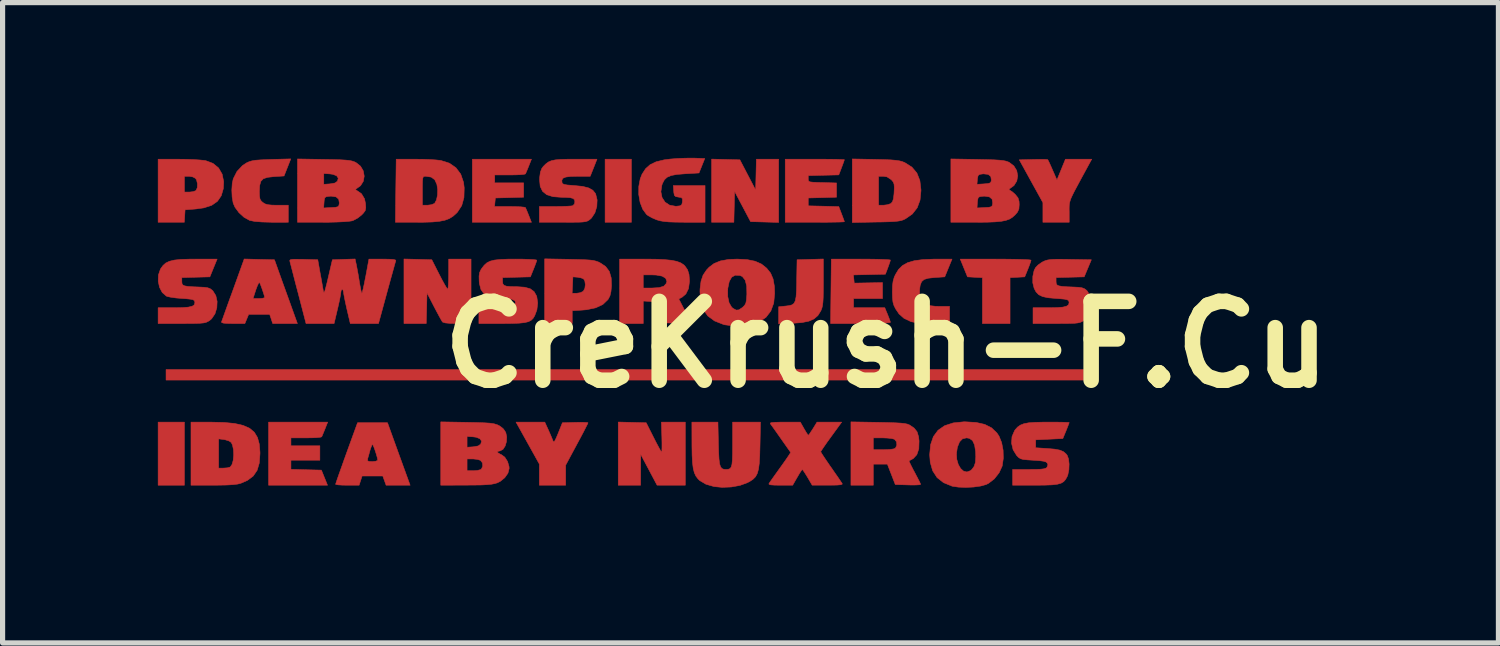
<source format=kicad_pcb>
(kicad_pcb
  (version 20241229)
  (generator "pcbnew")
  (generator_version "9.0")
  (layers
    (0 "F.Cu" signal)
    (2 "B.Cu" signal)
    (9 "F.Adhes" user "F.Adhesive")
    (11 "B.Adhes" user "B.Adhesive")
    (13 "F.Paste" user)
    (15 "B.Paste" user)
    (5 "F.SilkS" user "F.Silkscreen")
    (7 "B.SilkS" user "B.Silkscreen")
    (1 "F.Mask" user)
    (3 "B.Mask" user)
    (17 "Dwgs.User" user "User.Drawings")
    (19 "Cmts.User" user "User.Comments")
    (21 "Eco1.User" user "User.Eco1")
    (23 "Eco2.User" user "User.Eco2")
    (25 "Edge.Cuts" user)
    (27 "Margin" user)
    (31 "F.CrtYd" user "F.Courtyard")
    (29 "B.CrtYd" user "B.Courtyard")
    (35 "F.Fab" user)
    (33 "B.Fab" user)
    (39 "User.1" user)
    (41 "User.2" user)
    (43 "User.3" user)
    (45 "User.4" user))
  (footprint "CreKrush-F.Cu"
    (layer "F.Cu")
    (at 14.077 3.607)
    (property "Reference" "CreKrush-F.Cu" (at 0 0 0) (layer "F.SilkS") (effects (font (size 1.524 1.524) (thickness 0.3))))
    (attr through_hole)
    (fp_poly (pts (xy -13.564 2.718) (xy -14.072 2.718) (xy -14.072 1.499) (xy -13.564 1.499) (xy -13.564 2.718)) (stroke (width 0.01) (type solid)) (fill yes) (layer "F.Cu"))
    (fp_poly (pts (xy -4.928 -2.362) (xy -5.436 -2.362) (xy -5.436 -3.581) (xy -4.928 -3.581) (xy -4.928 -2.362)) (stroke (width 0.01) (type solid)) (fill yes) (layer "F.Cu"))
    (fp_poly (pts (xy 3.81 0.686) (xy -13.919 0.686) (xy -13.919 0.483) (xy 3.81 0.483) (xy 3.81 0.686)) (stroke (width 0.01) (type solid)) (fill yes) (layer "F.Cu"))
    (fp_poly (pts (xy -3.105 -3.576) (xy -2.832 -3.569) (xy -2.527 -2.985) (xy -2.513 -3.581) (xy -2.083 -3.581) (xy -2.083 -2.36) (xy -2.625 -2.375) (xy -2.934 -2.959) (xy -2.941 -2.661) (xy -2.948 -2.362) (xy -3.378 -2.362) (xy -3.378 -3.583) (xy -3.105 -3.576)) (stroke (width 0.01) (type solid)) (fill yes) (layer "F.Cu"))
    (fp_poly (pts (xy -4.912 1.504) (xy -4.642 1.511) (xy -4.499 1.795) (xy -4.444 1.903) (xy -4.396 1.992) (xy -4.362 2.054) (xy -4.344 2.08) (xy -4.343 2.081) (xy -4.339 2.058) (xy -4.337 1.994) (xy -4.337 1.9) (xy -4.339 1.791) (xy -4.348 1.499) (xy -3.886 1.499) (xy -3.886 2.718) (xy -4.432 2.717) (xy -4.748 2.121) (xy -4.75 2.718) (xy -5.182 2.718) (xy -5.182 1.497) (xy -4.912 1.504)) (stroke (width 0.01) (type solid)) (fill yes) (layer "F.Cu"))
    (fp_poly (pts (xy 2.29 -1.65) (xy 2.453 -1.648) (xy 2.591 -1.645) (xy 2.698 -1.641) (xy 2.768 -1.636) (xy 2.794 -1.63) (xy 2.794 -1.63) (xy 2.785 -1.597) (xy 2.762 -1.532) (xy 2.733 -1.458) (xy 2.672 -1.308) (xy 2.53 -1.3) (xy 2.388 -1.293) (xy 2.388 -0.406) (xy 1.854 -0.406) (xy 1.854 -1.293) (xy 1.71 -1.3) (xy 1.566 -1.308) (xy 1.426 -1.651) (xy 2.11 -1.651) (xy 2.29 -1.65)) (stroke (width 0.01) (type solid)) (fill yes) (layer "F.Cu"))
    (fp_poly (pts (xy -10.848 1.631) (xy -10.879 1.707) (xy -10.903 1.764) (xy -10.912 1.783) (xy -10.941 1.791) (xy -11.01 1.798) (xy -11.109 1.802) (xy -11.216 1.803) (xy -11.506 1.803) (xy -11.506 1.956) (xy -10.947 1.956) (xy -10.947 2.235) (xy -11.506 2.235) (xy -11.506 2.411) (xy -11.212 2.419) (xy -10.917 2.426) (xy -10.858 2.572) (xy -10.799 2.718) (xy -11.938 2.718) (xy -11.938 1.499) (xy -10.796 1.499) (xy -10.848 1.631)) (stroke (width 0.01) (type solid)) (fill yes) (layer "F.Cu"))
    (fp_poly (pts (xy -6.529 1.657) (xy -6.49 1.746) (xy -6.458 1.822) (xy -6.44 1.866) (xy -6.428 1.881) (xy -6.408 1.861) (xy -6.379 1.802) (xy -6.342 1.714) (xy -6.261 1.511) (xy -6.013 1.504) (xy -5.908 1.502) (xy -5.825 1.504) (xy -5.775 1.508) (xy -5.766 1.512) (xy -5.777 1.538) (xy -5.809 1.601) (xy -5.857 1.695) (xy -5.918 1.81) (xy -5.982 1.929) (xy -6.198 2.331) (xy -6.198 2.718) (xy -6.706 2.718) (xy -6.706 2.31) (xy -7.157 1.499) (xy -6.601 1.499) (xy -6.529 1.657)) (stroke (width 0.01) (type solid)) (fill yes) (layer "F.Cu"))
    (fp_poly (pts (xy -1.219 -1.203) (xy -1.22 -1.037) (xy -1.222 -0.912) (xy -1.227 -0.821) (xy -1.235 -0.755) (xy -1.247 -0.704) (xy -1.264 -0.66) (xy -1.27 -0.648) (xy -1.325 -0.56) (xy -1.399 -0.496) (xy -1.499 -0.452) (xy -1.632 -0.425) (xy -1.808 -0.411) (xy -1.809 -0.411) (xy -2.083 -0.4) (xy -2.083 -0.73) (xy -1.954 -0.743) (xy -1.88 -0.752) (xy -1.825 -0.767) (xy -1.786 -0.796) (xy -1.761 -0.846) (xy -1.746 -0.924) (xy -1.738 -1.036) (xy -1.734 -1.191) (xy -1.734 -1.239) (xy -1.727 -1.638) (xy -1.219 -1.653) (xy -1.219 -1.203)) (stroke (width 0.01) (type solid)) (fill yes) (layer "F.Cu"))
    (fp_poly (pts (xy -6.911 -3.449) (xy -6.942 -3.373) (xy -6.966 -3.316) (xy -6.975 -3.297) (xy -7.004 -3.289) (xy -7.073 -3.282) (xy -7.172 -3.278) (xy -7.279 -3.277) (xy -7.569 -3.277) (xy -7.569 -3.124) (xy -7.01 -3.124) (xy -7.01 -2.847) (xy -7.283 -2.839) (xy -7.556 -2.832) (xy -7.564 -2.75) (xy -7.572 -2.667) (xy -7.28 -2.667) (xy -7.164 -2.665) (xy -7.067 -2.661) (xy -7.001 -2.654) (xy -6.975 -2.647) (xy -6.96 -2.613) (xy -6.933 -2.549) (xy -6.911 -2.494) (xy -6.859 -2.362) (xy -8.001 -2.362) (xy -8.001 -3.581) (xy -6.859 -3.581) (xy -6.911 -3.449)) (stroke (width 0.01) (type solid)) (fill yes) (layer "F.Cu"))
    (fp_poly (pts (xy -9.053 -1.646) (xy -8.784 -1.638) (xy -8.64 -1.354) (xy -8.584 -1.246) (xy -8.535 -1.157) (xy -8.498 -1.095) (xy -8.478 -1.069) (xy -8.477 -1.068) (xy -8.47 -1.091) (xy -8.464 -1.155) (xy -8.46 -1.25) (xy -8.458 -1.359) (xy -8.458 -1.651) (xy -8.026 -1.651) (xy -8.026 -0.406) (xy -8.29 -0.406) (xy -8.431 -0.409) (xy -8.525 -0.418) (xy -8.573 -0.433) (xy -8.579 -0.438) (xy -8.6 -0.472) (xy -8.639 -0.542) (xy -8.689 -0.635) (xy -8.741 -0.734) (xy -8.877 -0.998) (xy -8.884 -0.702) (xy -8.892 -0.406) (xy -9.322 -0.406) (xy -9.322 -1.653) (xy -9.053 -1.646)) (stroke (width 0.01) (type solid)) (fill yes) (layer "F.Cu"))
    (fp_poly (pts (xy 3.866 -3.397) (xy 3.768 -3.217) (xy 3.691 -3.074) (xy 3.632 -2.964) (xy 3.59 -2.88) (xy 3.561 -2.815) (xy 3.544 -2.762) (xy 3.534 -2.717) (xy 3.531 -2.671) (xy 3.53 -2.619) (xy 3.531 -2.569) (xy 3.531 -2.362) (xy 3.023 -2.362) (xy 3.023 -2.742) (xy 2.795 -3.155) (xy 2.567 -3.569) (xy 2.836 -3.576) (xy 2.948 -3.578) (xy 3.039 -3.578) (xy 3.099 -3.575) (xy 3.116 -3.572) (xy 3.131 -3.546) (xy 3.16 -3.484) (xy 3.198 -3.399) (xy 3.21 -3.37) (xy 3.294 -3.179) (xy 3.376 -3.38) (xy 3.458 -3.581) (xy 3.966 -3.581) (xy 3.866 -3.397)) (stroke (width 0.01) (type solid)) (fill yes) (layer "F.Cu"))
    (fp_poly (pts (xy -0.33 -1.65) (xy -0.185 -1.648) (xy -0.065 -1.644) (xy 0.023 -1.64) (xy 0.07 -1.635) (xy 0.076 -1.632) (xy 0.068 -1.599) (xy 0.046 -1.536) (xy 0.028 -1.486) (xy -0.02 -1.359) (xy -0.329 -1.352) (xy -0.638 -1.345) (xy -0.63 -1.266) (xy -0.622 -1.187) (xy -0.076 -1.197) (xy -0.076 -0.889) (xy -0.635 -0.889) (xy -0.635 -0.711) (xy -0.032 -0.711) (xy 0.022 -0.581) (xy 0.052 -0.505) (xy 0.072 -0.448) (xy 0.076 -0.428) (xy 0.052 -0.422) (xy -0.016 -0.417) (xy -0.12 -0.412) (xy -0.254 -0.409) (xy -0.41 -0.407) (xy -0.502 -0.406) (xy -1.079 -0.406) (xy -1.072 -1.029) (xy -1.065 -1.651) (xy -0.494 -1.651) (xy -0.33 -1.65)) (stroke (width 0.01) (type solid)) (fill yes) (layer "F.Cu"))
    (fp_poly (pts (xy -13.531 -3.579) (xy -13.388 -3.574) (xy -13.266 -3.566) (xy -13.176 -3.557) (xy -13.152 -3.553) (xy -13.011 -3.5) (xy -12.904 -3.412) (xy -12.835 -3.293) (xy -12.805 -3.147) (xy -12.812 -3.013) (xy -12.852 -2.875) (xy -12.926 -2.768) (xy -13.037 -2.69) (xy -13.188 -2.641) (xy -13.348 -2.619) (xy -13.551 -2.603) (xy -13.566 -2.362) (xy -14.072 -2.362) (xy -14.072 -3.251) (xy -13.564 -3.251) (xy -13.564 -2.946) (xy -13.467 -2.946) (xy -13.396 -2.954) (xy -13.345 -2.973) (xy -13.34 -2.977) (xy -13.315 -3.031) (xy -13.312 -3.107) (xy -13.329 -3.179) (xy -13.35 -3.211) (xy -13.402 -3.239) (xy -13.473 -3.251) (xy -13.477 -3.251) (xy -13.564 -3.251) (xy -14.072 -3.251) (xy -14.072 -3.581) (xy -13.679 -3.581) (xy -13.531 -3.579)) (stroke (width 0.01) (type solid)) (fill yes) (layer "F.Cu"))
    (fp_poly (pts (xy -1.22 -3.581) (xy -1.074 -3.58) (xy -0.954 -3.578) (xy -0.867 -3.575) (xy -0.819 -3.573) (xy -0.813 -3.571) (xy -0.821 -3.544) (xy -0.843 -3.483) (xy -0.867 -3.419) (xy -0.921 -3.278) (xy -1.216 -3.271) (xy -1.511 -3.264) (xy -1.511 -3.2) (xy -1.51 -3.172) (xy -1.499 -3.154) (xy -1.471 -3.142) (xy -1.415 -3.136) (xy -1.324 -3.132) (xy -1.238 -3.13) (xy -0.965 -3.122) (xy -0.965 -2.847) (xy -1.238 -2.839) (xy -1.511 -2.832) (xy -1.511 -2.68) (xy -1.216 -2.673) (xy -0.921 -2.665) (xy -0.867 -2.524) (xy -0.838 -2.447) (xy -0.818 -2.392) (xy -0.813 -2.373) (xy -0.837 -2.37) (xy -0.905 -2.367) (xy -1.009 -2.365) (xy -1.143 -2.363) (xy -1.298 -2.362) (xy -1.384 -2.362) (xy -1.956 -2.362) (xy -1.956 -3.581) (xy -1.384 -3.581) (xy -1.22 -3.581)) (stroke (width 0.01) (type solid)) (fill yes) (layer "F.Cu"))
    (fp_poly (pts (xy 1.127 -1.308) (xy 0.932 -1.295) (xy 0.81 -1.282) (xy 0.728 -1.258) (xy 0.679 -1.215) (xy 0.652 -1.146) (xy 0.641 -1.069) (xy 0.639 -0.945) (xy 0.664 -0.854) (xy 0.72 -0.792) (xy 0.813 -0.755) (xy 0.947 -0.739) (xy 1.032 -0.737) (xy 1.219 -0.737) (xy 1.219 -0.406) (xy 0.895 -0.408) (xy 0.713 -0.412) (xy 0.574 -0.423) (xy 0.48 -0.441) (xy 0.471 -0.444) (xy 0.34 -0.506) (xy 0.243 -0.592) (xy 0.178 -0.688) (xy 0.145 -0.754) (xy 0.126 -0.819) (xy 0.117 -0.902) (xy 0.114 -1.016) (xy 0.117 -1.138) (xy 0.129 -1.227) (xy 0.151 -1.303) (xy 0.175 -1.354) (xy 0.235 -1.453) (xy 0.312 -1.528) (xy 0.411 -1.583) (xy 0.539 -1.62) (xy 0.703 -1.642) (xy 0.909 -1.65) (xy 0.957 -1.65) (xy 1.267 -1.651) (xy 1.127 -1.308)) (stroke (width 0.01) (type solid)) (fill yes) (layer "F.Cu"))
    (fp_poly (pts (xy -12.798 1.505) (xy -12.593 1.525) (xy -12.43 1.562) (xy -12.304 1.618) (xy -12.213 1.695) (xy -12.152 1.796) (xy -12.117 1.924) (xy -12.104 2.081) (xy -12.104 2.108) (xy -12.117 2.288) (xy -12.159 2.43) (xy -12.234 2.54) (xy -12.347 2.625) (xy -12.473 2.68) (xy -12.536 2.696) (xy -12.626 2.707) (xy -12.749 2.714) (xy -12.913 2.717) (xy -13.008 2.718) (xy -13.437 2.718) (xy -13.437 2.388) (xy -12.903 2.388) (xy -12.808 2.387) (xy -12.736 2.382) (xy -12.684 2.368) (xy -12.679 2.366) (xy -12.644 2.317) (xy -12.621 2.235) (xy -12.612 2.135) (xy -12.616 2.032) (xy -12.635 1.942) (xy -12.659 1.892) (xy -12.702 1.863) (xy -12.772 1.841) (xy -12.796 1.836) (xy -12.903 1.822) (xy -12.903 2.388) (xy -13.437 2.388) (xy -13.437 1.499) (xy -13.048 1.499) (xy -12.798 1.505)) (stroke (width 0.01) (type solid)) (fill yes) (layer "F.Cu"))
    (fp_poly (pts (xy -11.574 -3.422) (xy -11.639 -3.257) (xy -11.831 -3.245) (xy -11.956 -3.231) (xy -12.039 -3.204) (xy -12.087 -3.154) (xy -12.11 -3.073) (xy -12.116 -2.958) (xy -12.113 -2.867) (xy -12.103 -2.81) (xy -12.079 -2.772) (xy -12.049 -2.745) (xy -12.006 -2.718) (xy -11.952 -2.702) (xy -11.873 -2.694) (xy -11.769 -2.692) (xy -11.557 -2.692) (xy -11.557 -2.362) (xy -11.881 -2.363) (xy -12.065 -2.368) (xy -12.206 -2.379) (xy -12.299 -2.398) (xy -12.306 -2.4) (xy -12.411 -2.458) (xy -12.51 -2.548) (xy -12.587 -2.653) (xy -12.622 -2.734) (xy -12.642 -2.849) (xy -12.648 -2.983) (xy -12.64 -3.112) (xy -12.62 -3.203) (xy -12.548 -3.345) (xy -12.44 -3.46) (xy -12.362 -3.511) (xy -12.313 -3.533) (xy -12.259 -3.549) (xy -12.19 -3.561) (xy -12.096 -3.568) (xy -11.967 -3.574) (xy -11.882 -3.577) (xy -11.509 -3.587) (xy -11.574 -3.422)) (stroke (width 0.01) (type solid)) (fill yes) (layer "F.Cu"))
    (fp_poly (pts (xy -9.422 2.115) (xy -9.203 2.718) (xy -9.667 2.718) (xy -9.731 2.54) (xy -10.131 2.54) (xy -10.16 2.629) (xy -10.189 2.718) (xy -10.416 2.718) (xy -10.516 2.716) (xy -10.594 2.711) (xy -10.637 2.703) (xy -10.643 2.699) (xy -10.634 2.67) (xy -10.611 2.601) (xy -10.575 2.498) (xy -10.528 2.367) (xy -10.485 2.245) (xy -10.026 2.245) (xy -9.997 2.258) (xy -9.934 2.261) (xy -9.865 2.254) (xy -9.831 2.237) (xy -9.83 2.231) (xy -9.837 2.187) (xy -9.856 2.12) (xy -9.88 2.045) (xy -9.904 1.979) (xy -9.924 1.937) (xy -9.931 1.93) (xy -9.946 1.953) (xy -9.967 2.009) (xy -9.98 2.051) (xy -10.002 2.132) (xy -10.021 2.197) (xy -10.026 2.216) (xy -10.026 2.245) (xy -10.485 2.245) (xy -10.474 2.215) (xy -10.431 2.095) (xy -10.219 1.511) (xy -9.64 1.511) (xy -9.422 2.115)) (stroke (width 0.01) (type solid)) (fill yes) (layer "F.Cu"))
    (fp_poly (pts (xy -6.128 -1.647) (xy -5.958 -1.643) (xy -5.83 -1.639) (xy -5.735 -1.633) (xy -5.665 -1.625) (xy -5.612 -1.612) (xy -5.567 -1.596) (xy -5.536 -1.581) (xy -5.426 -1.508) (xy -5.354 -1.412) (xy -5.318 -1.288) (xy -5.312 -1.135) (xy -5.323 -1.021) (xy -5.342 -0.941) (xy -5.377 -0.875) (xy -5.383 -0.867) (xy -5.479 -0.775) (xy -5.617 -0.71) (xy -5.794 -0.673) (xy -5.874 -0.666) (xy -6.071 -0.654) (xy -6.071 -0.406) (xy -6.604 -0.406) (xy -6.604 -0.991) (xy -6.073 -0.991) (xy -5.985 -0.991) (xy -5.913 -1.002) (xy -5.859 -1.029) (xy -5.857 -1.031) (xy -5.827 -1.086) (xy -5.818 -1.16) (xy -5.828 -1.23) (xy -5.85 -1.266) (xy -5.897 -1.287) (xy -5.967 -1.301) (xy -5.971 -1.301) (xy -6.058 -1.308) (xy -6.065 -1.149) (xy -6.073 -0.991) (xy -6.604 -0.991) (xy -6.604 -1.656) (xy -6.128 -1.647)) (stroke (width 0.01) (type solid)) (fill yes) (layer "F.Cu"))
    (fp_poly (pts (xy -4.461 -1.649) (xy -4.288 -1.641) (xy -4.153 -1.628) (xy -4.051 -1.607) (xy -3.974 -1.578) (xy -3.916 -1.54) (xy -3.894 -1.518) (xy -3.843 -1.445) (xy -3.815 -1.357) (xy -3.806 -1.238) (xy -3.806 -1.219) (xy -3.824 -1.082) (xy -3.875 -0.978) (xy -3.947 -0.916) (xy -4.012 -0.881) (xy -3.889 -0.643) (xy -3.766 -0.405) (xy -4.019 -0.412) (xy -4.272 -0.419) (xy -4.435 -0.826) (xy -4.567 -0.833) (xy -4.699 -0.841) (xy -4.699 -0.406) (xy -5.156 -0.406) (xy -5.156 -1.346) (xy -4.699 -1.346) (xy -4.699 -1.092) (xy -4.527 -1.092) (xy -4.394 -1.1) (xy -4.309 -1.125) (xy -4.298 -1.132) (xy -4.256 -1.178) (xy -4.242 -1.219) (xy -4.265 -1.28) (xy -4.334 -1.322) (xy -4.448 -1.343) (xy -4.527 -1.346) (xy -4.699 -1.346) (xy -5.156 -1.346) (xy -5.156 -1.651) (xy -4.678 -1.651) (xy -4.461 -1.649)) (stroke (width 0.01) (type solid)) (fill yes) (layer "F.Cu"))
    (fp_poly (pts (xy -3.247 1.914) (xy -3.242 2.086) (xy -3.235 2.213) (xy -3.224 2.303) (xy -3.206 2.361) (xy -3.18 2.395) (xy -3.143 2.41) (xy -3.101 2.413) (xy -3.056 2.41) (xy -3.023 2.397) (xy -3 2.368) (xy -2.985 2.314) (xy -2.977 2.231) (xy -2.973 2.111) (xy -2.972 1.948) (xy -2.972 1.925) (xy -2.972 1.499) (xy -2.434 1.499) (xy -2.443 1.949) (xy -2.448 2.143) (xy -2.457 2.293) (xy -2.472 2.407) (xy -2.496 2.492) (xy -2.531 2.556) (xy -2.58 2.605) (xy -2.646 2.648) (xy -2.694 2.672) (xy -2.832 2.722) (xy -2.999 2.752) (xy -3.175 2.759) (xy -3.33 2.744) (xy -3.487 2.699) (xy -3.607 2.628) (xy -3.641 2.595) (xy -3.682 2.541) (xy -3.712 2.476) (xy -3.733 2.393) (xy -3.747 2.282) (xy -3.755 2.138) (xy -3.758 1.951) (xy -3.758 1.924) (xy -3.759 1.499) (xy -3.256 1.499) (xy -3.247 1.914)) (stroke (width 0.01) (type solid)) (fill yes) (layer "F.Cu"))
    (fp_poly (pts (xy -12.117 -1.645) (xy -11.824 -1.638) (xy -11.706 -1.308) (xy -11.65 -1.152) (xy -11.588 -0.981) (xy -11.528 -0.815) (xy -11.484 -0.692) (xy -11.381 -0.406) (xy -11.858 -0.406) (xy -11.887 -0.495) (xy -11.917 -0.584) (xy -12.322 -0.584) (xy -12.359 -0.495) (xy -12.396 -0.406) (xy -12.627 -0.406) (xy -12.741 -0.408) (xy -12.811 -0.414) (xy -12.844 -0.426) (xy -12.847 -0.438) (xy -12.835 -0.47) (xy -12.809 -0.543) (xy -12.771 -0.649) (xy -12.723 -0.783) (xy -12.685 -0.889) (xy -12.238 -0.889) (xy -12.126 -0.889) (xy -12.059 -0.893) (xy -12.019 -0.904) (xy -12.014 -0.91) (xy -12.022 -0.949) (xy -12.043 -1.016) (xy -12.069 -1.092) (xy -12.094 -1.159) (xy -12.112 -1.198) (xy -12.114 -1.2) (xy -12.129 -1.188) (xy -12.154 -1.137) (xy -12.183 -1.06) (xy -12.185 -1.054) (xy -12.238 -0.889) (xy -12.685 -0.889) (xy -12.667 -0.937) (xy -12.622 -1.061) (xy -12.409 -1.653) (xy -12.117 -1.645)) (stroke (width 0.01) (type solid)) (fill yes) (layer "F.Cu"))
    (fp_poly (pts (xy -8.964 -3.58) (xy -8.825 -3.575) (xy -8.706 -3.567) (xy -8.62 -3.558) (xy -8.608 -3.556) (xy -8.444 -3.504) (xy -8.317 -3.415) (xy -8.225 -3.292) (xy -8.171 -3.134) (xy -8.158 -3.028) (xy -8.163 -2.841) (xy -8.206 -2.685) (xy -8.288 -2.559) (xy -8.307 -2.539) (xy -8.374 -2.479) (xy -8.446 -2.434) (xy -8.532 -2.402) (xy -8.638 -2.381) (xy -8.774 -2.368) (xy -8.948 -2.363) (xy -9.066 -2.362) (xy -9.487 -2.362) (xy -9.48 -2.972) (xy -8.966 -2.972) (xy -8.966 -2.692) (xy -8.866 -2.692) (xy -8.791 -2.702) (xy -8.735 -2.725) (xy -8.728 -2.731) (xy -8.694 -2.794) (xy -8.674 -2.888) (xy -8.671 -2.995) (xy -8.686 -3.095) (xy -8.727 -3.184) (xy -8.795 -3.235) (xy -8.898 -3.251) (xy -8.904 -3.251) (xy -8.931 -3.25) (xy -8.949 -3.239) (xy -8.959 -3.211) (xy -8.964 -3.156) (xy -8.966 -3.066) (xy -8.966 -2.972) (xy -9.48 -2.972) (xy -9.472 -3.581) (xy -9.108 -3.581) (xy -8.964 -3.58)) (stroke (width 0.01) (type solid)) (fill yes) (layer "F.Cu"))
    (fp_poly (pts (xy -0.21 -3.577) (xy -0.042 -3.573) (xy 0.085 -3.568) (xy 0.178 -3.56) (xy 0.247 -3.55) (xy 0.302 -3.536) (xy 0.35 -3.517) (xy 0.356 -3.514) (xy 0.492 -3.428) (xy 0.588 -3.314) (xy 0.646 -3.168) (xy 0.667 -2.989) (xy 0.667 -2.972) (xy 0.649 -2.79) (xy 0.594 -2.642) (xy 0.5 -2.522) (xy 0.368 -2.43) (xy 0.327 -2.41) (xy 0.282 -2.395) (xy 0.225 -2.385) (xy 0.147 -2.377) (xy 0.04 -2.372) (xy -0.105 -2.368) (xy -0.197 -2.367) (xy -0.66 -2.358) (xy -0.66 -3.251) (xy -0.152 -3.251) (xy -0.152 -2.692) (xy -0.056 -2.692) (xy 0.022 -2.702) (xy 0.084 -2.724) (xy 0.089 -2.728) (xy 0.117 -2.761) (xy 0.135 -2.817) (xy 0.146 -2.908) (xy 0.148 -2.942) (xy 0.152 -3.038) (xy 0.147 -3.1) (xy 0.131 -3.141) (xy 0.1 -3.179) (xy 0.093 -3.186) (xy 0.01 -3.24) (xy -0.062 -3.251) (xy -0.152 -3.251) (xy -0.66 -3.251) (xy -0.66 -3.586) (xy -0.21 -3.577)) (stroke (width 0.01) (type solid)) (fill yes) (layer "F.Cu"))
    (fp_poly (pts (xy -0.159 1.503) (xy 0.028 1.507) (xy 0.17 1.512) (xy 0.276 1.518) (xy 0.352 1.526) (xy 0.404 1.537) (xy 0.441 1.552) (xy 0.445 1.553) (xy 0.536 1.615) (xy 0.592 1.686) (xy 0.621 1.782) (xy 0.63 1.864) (xy 0.625 2.015) (xy 0.587 2.128) (xy 0.518 2.203) (xy 0.501 2.212) (xy 0.455 2.237) (xy 0.437 2.249) (xy 0.444 2.272) (xy 0.472 2.33) (xy 0.514 2.413) (xy 0.545 2.47) (xy 0.594 2.564) (xy 0.634 2.641) (xy 0.657 2.69) (xy 0.66 2.702) (xy 0.637 2.709) (xy 0.573 2.713) (xy 0.481 2.714) (xy 0.416 2.712) (xy 0.171 2.705) (xy 0.018 2.311) (xy -0.254 2.311) (xy -0.254 2.718) (xy -0.686 2.718) (xy -0.686 1.803) (xy -0.254 1.803) (xy -0.254 2.032) (xy -0.056 2.032) (xy 0.056 2.028) (xy 0.136 2.017) (xy 0.173 2.002) (xy 0.201 1.944) (xy 0.195 1.88) (xy 0.158 1.832) (xy 0.154 1.83) (xy 0.105 1.816) (xy 0.022 1.807) (xy -0.075 1.803) (xy -0.254 1.803) (xy -0.686 1.803) (xy -0.686 1.494) (xy -0.159 1.503)) (stroke (width 0.01) (type solid)) (fill yes) (layer "F.Cu"))
    (fp_poly (pts (xy -3.717 -3.602) (xy -3.51 -3.594) (xy -3.622 -3.315) (xy -3.896 -3.299) (xy -4.049 -3.287) (xy -4.159 -3.266) (xy -4.237 -3.233) (xy -4.29 -3.184) (xy -4.327 -3.114) (xy -4.339 -3.08) (xy -4.358 -2.953) (xy -4.336 -2.842) (xy -4.278 -2.752) (xy -4.189 -2.693) (xy -4.074 -2.672) (xy -4.051 -2.673) (xy -3.985 -2.681) (xy -3.955 -2.702) (xy -3.943 -2.749) (xy -3.942 -2.761) (xy -3.941 -2.816) (xy -3.964 -2.84) (xy -4.018 -2.849) (xy -4.071 -2.859) (xy -4.097 -2.882) (xy -4.108 -2.936) (xy -4.11 -2.965) (xy -4.118 -3.073) (xy -3.505 -3.073) (xy -3.505 -2.362) (xy -3.905 -2.363) (xy -4.073 -2.365) (xy -4.2 -2.369) (xy -4.297 -2.378) (xy -4.373 -2.391) (xy -4.439 -2.41) (xy -4.44 -2.41) (xy -4.528 -2.448) (xy -4.605 -2.491) (xy -4.636 -2.515) (xy -4.709 -2.615) (xy -4.76 -2.748) (xy -4.786 -2.899) (xy -4.785 -3.055) (xy -4.757 -3.203) (xy -4.722 -3.292) (xy -4.653 -3.398) (xy -4.565 -3.476) (xy -4.45 -3.531) (xy -4.299 -3.568) (xy -4.176 -3.584) (xy -4.036 -3.595) (xy -3.886 -3.601) (xy -3.752 -3.602) (xy -3.717 -3.602)) (stroke (width 0.01) (type solid)) (fill yes) (layer "F.Cu"))
    (fp_poly (pts (xy 1.733 1.505) (xy 1.9 1.543) (xy 2.032 1.61) (xy 2.133 1.707) (xy 2.175 1.769) (xy 2.225 1.892) (xy 2.254 2.042) (xy 2.258 2.198) (xy 2.237 2.342) (xy 2.236 2.348) (xy 2.177 2.477) (xy 2.085 2.594) (xy 1.973 2.681) (xy 1.925 2.705) (xy 1.819 2.734) (xy 1.683 2.753) (xy 1.535 2.76) (xy 1.393 2.755) (xy 1.277 2.738) (xy 1.265 2.735) (xy 1.102 2.668) (xy 0.978 2.57) (xy 0.893 2.439) (xy 0.846 2.275) (xy 0.835 2.127) (xy 0.837 2.106) (xy 1.352 2.106) (xy 1.359 2.218) (xy 1.388 2.317) (xy 1.433 2.395) (xy 1.49 2.446) (xy 1.555 2.462) (xy 1.623 2.437) (xy 1.65 2.414) (xy 1.694 2.354) (xy 1.719 2.277) (xy 1.726 2.171) (xy 1.723 2.071) (xy 1.703 1.941) (xy 1.664 1.856) (xy 1.602 1.812) (xy 1.547 1.803) (xy 1.47 1.821) (xy 1.413 1.879) (xy 1.372 1.98) (xy 1.37 1.986) (xy 1.352 2.106) (xy 0.837 2.106) (xy 0.853 1.935) (xy 0.907 1.778) (xy 0.997 1.656) (xy 1.124 1.568) (xy 1.289 1.514) (xy 1.492 1.493) (xy 1.526 1.493) (xy 1.733 1.505)) (stroke (width 0.01) (type solid)) (fill yes) (layer "F.Cu"))
    (fp_poly (pts (xy -2.691 -1.641) (xy -2.538 -1.61) (xy -2.414 -1.555) (xy -2.314 -1.475) (xy -2.238 -1.38) (xy -2.19 -1.267) (xy -2.165 -1.125) (xy -2.16 -0.988) (xy -2.178 -0.801) (xy -2.234 -0.648) (xy -2.327 -0.527) (xy -2.46 -0.436) (xy -2.502 -0.417) (xy -2.599 -0.39) (xy -2.729 -0.372) (xy -2.872 -0.364) (xy -3.01 -0.367) (xy -3.126 -0.382) (xy -3.151 -0.389) (xy -3.321 -0.456) (xy -3.45 -0.551) (xy -3.539 -0.675) (xy -3.59 -0.832) (xy -3.603 -1.022) (xy -3.602 -1.066) (xy -3.067 -1.066) (xy -3.066 -0.925) (xy -3.04 -0.806) (xy -2.99 -0.721) (xy -2.964 -0.699) (xy -2.904 -0.666) (xy -2.852 -0.67) (xy -2.79 -0.711) (xy -2.777 -0.721) (xy -2.74 -0.758) (xy -2.717 -0.8) (xy -2.705 -0.861) (xy -2.698 -0.957) (xy -2.697 -0.971) (xy -2.7 -1.13) (xy -2.729 -1.244) (xy -2.784 -1.314) (xy -2.831 -1.335) (xy -2.922 -1.34) (xy -2.99 -1.302) (xy -3.037 -1.22) (xy -3.064 -1.092) (xy -3.067 -1.066) (xy -3.602 -1.066) (xy -3.601 -1.079) (xy -3.582 -1.227) (xy -3.543 -1.341) (xy -3.476 -1.441) (xy -3.427 -1.493) (xy -3.329 -1.567) (xy -3.207 -1.616) (xy -3.054 -1.644) (xy -2.883 -1.651) (xy -2.691 -1.641)) (stroke (width 0.01) (type solid)) (fill yes) (layer "F.Cu"))
    (fp_poly (pts (xy -13.002 -1.48) (xy -13.072 -1.308) (xy -13.614 -1.294) (xy -13.614 -1.219) (xy -13.611 -1.179) (xy -13.596 -1.152) (xy -13.56 -1.134) (xy -13.496 -1.123) (xy -13.396 -1.116) (xy -13.291 -1.112) (xy -13.184 -1.107) (xy -13.114 -1.097) (xy -13.066 -1.079) (xy -13.028 -1.05) (xy -13.014 -1.037) (xy -12.957 -0.946) (xy -12.932 -0.833) (xy -12.938 -0.71) (xy -12.973 -0.595) (xy -13.037 -0.5) (xy -13.078 -0.464) (xy -13.112 -0.444) (xy -13.147 -0.428) (xy -13.192 -0.418) (xy -13.255 -0.412) (xy -13.345 -0.408) (xy -13.47 -0.407) (xy -13.618 -0.406) (xy -14.072 -0.406) (xy -14.072 -0.711) (xy -13.759 -0.711) (xy -13.601 -0.714) (xy -13.488 -0.723) (xy -13.414 -0.74) (xy -13.374 -0.767) (xy -13.362 -0.805) (xy -13.364 -0.827) (xy -13.374 -0.851) (xy -13.4 -0.867) (xy -13.451 -0.877) (xy -13.538 -0.886) (xy -13.615 -0.891) (xy -13.727 -0.9) (xy -13.825 -0.914) (xy -13.895 -0.929) (xy -13.914 -0.937) (xy -13.992 -1.005) (xy -14.045 -1.106) (xy -14.07 -1.224) (xy -14.066 -1.345) (xy -14.028 -1.455) (xy -14.022 -1.466) (xy -13.977 -1.528) (xy -13.923 -1.576) (xy -13.853 -1.609) (xy -13.759 -1.632) (xy -13.634 -1.645) (xy -13.471 -1.65) (xy -13.35 -1.651) (xy -12.932 -1.651) (xy -13.002 -1.48)) (stroke (width 0.01) (type solid)) (fill yes) (layer "F.Cu"))
    (fp_poly (pts (xy 3.501 -1.646) (xy 3.542 -1.645) (xy 3.959 -1.638) (xy 3.821 -1.308) (xy 3.277 -1.294) (xy 3.277 -1.219) (xy 3.28 -1.179) (xy 3.295 -1.152) (xy 3.331 -1.134) (xy 3.395 -1.123) (xy 3.495 -1.116) (xy 3.6 -1.112) (xy 3.707 -1.107) (xy 3.777 -1.097) (xy 3.825 -1.079) (xy 3.863 -1.05) (xy 3.877 -1.037) (xy 3.934 -0.946) (xy 3.959 -0.833) (xy 3.953 -0.71) (xy 3.918 -0.595) (xy 3.854 -0.5) (xy 3.813 -0.464) (xy 3.779 -0.444) (xy 3.743 -0.428) (xy 3.698 -0.418) (xy 3.634 -0.411) (xy 3.544 -0.408) (xy 3.418 -0.407) (xy 3.279 -0.406) (xy 2.832 -0.406) (xy 2.832 -0.711) (xy 3.138 -0.711) (xy 3.295 -0.714) (xy 3.407 -0.723) (xy 3.479 -0.741) (xy 3.518 -0.768) (xy 3.529 -0.808) (xy 3.527 -0.827) (xy 3.517 -0.85) (xy 3.491 -0.866) (xy 3.441 -0.877) (xy 3.355 -0.885) (xy 3.273 -0.891) (xy 3.124 -0.904) (xy 3.017 -0.927) (xy 2.941 -0.964) (xy 2.889 -1.019) (xy 2.853 -1.087) (xy 2.827 -1.194) (xy 2.828 -1.316) (xy 2.852 -1.428) (xy 2.879 -1.484) (xy 2.929 -1.537) (xy 3.001 -1.588) (xy 3.023 -1.6) (xy 3.066 -1.62) (xy 3.111 -1.633) (xy 3.167 -1.642) (xy 3.245 -1.647) (xy 3.353 -1.648) (xy 3.501 -1.646)) (stroke (width 0.01) (type solid)) (fill yes) (layer "F.Cu"))
    (fp_poly (pts (xy -5.658 -3.416) (xy -5.724 -3.251) (xy -5.97 -3.251) (xy -6.105 -3.248) (xy -6.196 -3.236) (xy -6.249 -3.214) (xy -6.271 -3.178) (xy -6.269 -3.132) (xy -6.258 -3.109) (xy -6.227 -3.094) (xy -6.168 -3.083) (xy -6.071 -3.075) (xy -6.032 -3.072) (xy -5.871 -3.056) (xy -5.754 -3.026) (xy -5.673 -2.981) (xy -5.623 -2.919) (xy -5.618 -2.909) (xy -5.59 -2.794) (xy -5.596 -2.667) (xy -5.633 -2.545) (xy -5.697 -2.447) (xy -5.718 -2.427) (xy -5.747 -2.404) (xy -5.775 -2.387) (xy -5.812 -2.376) (xy -5.865 -2.368) (xy -5.942 -2.364) (xy -6.052 -2.363) (xy -6.202 -2.362) (xy -6.25 -2.362) (xy -6.706 -2.362) (xy -6.706 -2.667) (xy -6.403 -2.667) (xy -6.281 -2.668) (xy -6.175 -2.672) (xy -6.097 -2.677) (xy -6.06 -2.682) (xy -6.028 -2.717) (xy -6.02 -2.756) (xy -6.027 -2.797) (xy -6.055 -2.823) (xy -6.112 -2.838) (xy -6.206 -2.844) (xy -6.277 -2.845) (xy -6.441 -2.857) (xy -6.562 -2.894) (xy -6.644 -2.96) (xy -6.69 -3.056) (xy -6.702 -3.186) (xy -6.7 -3.23) (xy -6.686 -3.333) (xy -6.658 -3.404) (xy -6.628 -3.444) (xy -6.579 -3.492) (xy -6.53 -3.528) (xy -6.473 -3.552) (xy -6.398 -3.568) (xy -6.297 -3.577) (xy -6.162 -3.581) (xy -6.011 -3.581) (xy -5.593 -3.581) (xy -5.658 -3.416)) (stroke (width 0.01) (type solid)) (fill yes) (layer "F.Cu"))
    (fp_poly (pts (xy 3.259 1.499) (xy 3.377 1.5) (xy 3.467 1.503) (xy 3.52 1.505) (xy 3.531 1.507) (xy 3.522 1.533) (xy 3.499 1.593) (xy 3.47 1.666) (xy 3.408 1.816) (xy 2.883 1.841) (xy 2.883 1.994) (xy 3.111 2.009) (xy 3.251 2.021) (xy 3.35 2.04) (xy 3.419 2.069) (xy 3.47 2.113) (xy 3.491 2.139) (xy 3.518 2.21) (xy 3.529 2.309) (xy 3.525 2.417) (xy 3.505 2.516) (xy 3.492 2.55) (xy 3.461 2.606) (xy 3.424 2.649) (xy 3.373 2.679) (xy 3.301 2.699) (xy 3.2 2.711) (xy 3.064 2.716) (xy 2.886 2.718) (xy 2.873 2.718) (xy 2.438 2.718) (xy 2.438 2.413) (xy 2.753 2.413) (xy 2.89 2.412) (xy 2.986 2.408) (xy 3.047 2.4) (xy 3.084 2.387) (xy 3.101 2.373) (xy 3.12 2.324) (xy 3.107 2.29) (xy 3.083 2.269) (xy 3.035 2.254) (xy 2.954 2.243) (xy 2.834 2.235) (xy 2.719 2.228) (xy 2.643 2.22) (xy 2.593 2.206) (xy 2.556 2.184) (xy 2.522 2.15) (xy 2.514 2.141) (xy 2.447 2.032) (xy 2.417 1.906) (xy 2.426 1.778) (xy 2.475 1.664) (xy 2.489 1.644) (xy 2.535 1.593) (xy 2.589 1.556) (xy 2.657 1.529) (xy 2.748 1.512) (xy 2.87 1.503) (xy 3.031 1.499) (xy 3.122 1.499) (xy 3.259 1.499)) (stroke (width 0.01) (type solid)) (fill yes) (layer "F.Cu"))
    (fp_poly (pts (xy -10.865 -3.577) (xy -10.687 -3.574) (xy -10.552 -3.57) (xy -10.452 -3.564) (xy -10.379 -3.557) (xy -10.326 -3.546) (xy -10.283 -3.532) (xy -10.249 -3.516) (xy -10.161 -3.446) (xy -10.108 -3.355) (xy -10.09 -3.254) (xy -10.107 -3.155) (xy -10.16 -3.07) (xy -10.239 -3.013) (xy -10.261 -2.996) (xy -10.241 -2.982) (xy -10.143 -2.914) (xy -10.084 -2.816) (xy -10.065 -2.723) (xy -10.06 -2.643) (xy -10.07 -2.589) (xy -10.104 -2.542) (xy -10.139 -2.505) (xy -10.215 -2.445) (xy -10.3 -2.399) (xy -10.326 -2.39) (xy -10.385 -2.381) (xy -10.485 -2.373) (xy -10.616 -2.367) (xy -10.769 -2.363) (xy -10.903 -2.362) (xy -11.379 -2.362) (xy -11.379 -2.639) (xy -10.874 -2.639) (xy -10.727 -2.647) (xy -10.644 -2.652) (xy -10.599 -2.663) (xy -10.579 -2.686) (xy -10.572 -2.729) (xy -10.571 -2.735) (xy -10.583 -2.809) (xy -10.634 -2.853) (xy -10.727 -2.867) (xy -10.764 -2.865) (xy -10.823 -2.857) (xy -10.852 -2.836) (xy -10.863 -2.787) (xy -10.866 -2.748) (xy -10.874 -2.639) (xy -11.379 -2.639) (xy -11.379 -3.096) (xy -10.871 -3.096) (xy -10.753 -3.104) (xy -10.656 -3.121) (xy -10.607 -3.156) (xy -10.592 -3.214) (xy -10.622 -3.26) (xy -10.695 -3.289) (xy -10.753 -3.297) (xy -10.871 -3.305) (xy -10.871 -3.096) (xy -11.379 -3.096) (xy -11.379 -3.586) (xy -10.865 -3.577)) (stroke (width 0.01) (type solid)) (fill yes) (layer "F.Cu"))
    (fp_poly (pts (xy -8.096 1.503) (xy -7.911 1.507) (xy -7.768 1.512) (xy -7.661 1.519) (xy -7.581 1.531) (xy -7.521 1.549) (xy -7.473 1.573) (xy -7.428 1.606) (xy -7.398 1.633) (xy -7.355 1.699) (xy -7.337 1.784) (xy -7.342 1.876) (xy -7.367 1.961) (xy -7.409 2.025) (xy -7.467 2.056) (xy -7.48 2.057) (xy -7.516 2.066) (xy -7.509 2.089) (xy -7.464 2.117) (xy -7.442 2.126) (xy -7.374 2.176) (xy -7.321 2.259) (xy -7.292 2.358) (xy -7.29 2.396) (xy -7.313 2.485) (xy -7.374 2.572) (xy -7.461 2.643) (xy -7.519 2.672) (xy -7.57 2.687) (xy -7.632 2.699) (xy -7.714 2.707) (xy -7.824 2.713) (xy -7.97 2.715) (xy -8.122 2.716) (xy -8.611 2.718) (xy -8.611 2.21) (xy -8.103 2.21) (xy -8.103 2.438) (xy -7.981 2.438) (xy -7.902 2.432) (xy -7.843 2.417) (xy -7.828 2.408) (xy -7.8 2.351) (xy -7.806 2.286) (xy -7.843 2.238) (xy -7.847 2.236) (xy -7.904 2.219) (xy -7.982 2.21) (xy -7.999 2.21) (xy -8.103 2.21) (xy -8.611 2.21) (xy -8.611 1.984) (xy -8.103 1.984) (xy -7.985 1.976) (xy -7.888 1.959) (xy -7.839 1.924) (xy -7.823 1.866) (xy -7.854 1.82) (xy -7.926 1.791) (xy -7.985 1.783) (xy -8.103 1.775) (xy -8.103 1.984) (xy -8.611 1.984) (xy -8.611 1.494) (xy -8.096 1.503)) (stroke (width 0.01) (type solid)) (fill yes) (layer "F.Cu"))
    (fp_poly (pts (xy -7.031 -1.65) (xy -6.912 -1.646) (xy -6.822 -1.641) (xy -6.768 -1.635) (xy -6.756 -1.63) (xy -6.765 -1.597) (xy -6.789 -1.532) (xy -6.818 -1.458) (xy -6.879 -1.308) (xy -7.148 -1.301) (xy -7.417 -1.294) (xy -7.417 -1.221) (xy -7.412 -1.175) (xy -7.39 -1.145) (xy -7.344 -1.128) (xy -7.264 -1.12) (xy -7.142 -1.118) (xy -7.142 -1.118) (xy -6.992 -1.108) (xy -6.883 -1.078) (xy -6.808 -1.023) (xy -6.761 -0.94) (xy -6.756 -0.926) (xy -6.738 -0.804) (xy -6.754 -0.669) (xy -6.796 -0.557) (xy -6.826 -0.507) (xy -6.865 -0.469) (xy -6.917 -0.442) (xy -6.992 -0.424) (xy -7.096 -0.413) (xy -7.236 -0.408) (xy -7.419 -0.406) (xy -7.428 -0.406) (xy -7.874 -0.406) (xy -7.874 -0.711) (xy -7.558 -0.711) (xy -7.419 -0.712) (xy -7.321 -0.717) (xy -7.258 -0.725) (xy -7.219 -0.739) (xy -7.203 -0.751) (xy -7.166 -0.806) (xy -7.178 -0.847) (xy -7.238 -0.875) (xy -7.343 -0.888) (xy -7.39 -0.889) (xy -7.561 -0.898) (xy -7.688 -0.928) (xy -7.778 -0.982) (xy -7.835 -1.064) (xy -7.864 -1.177) (xy -7.869 -1.226) (xy -7.871 -1.323) (xy -7.861 -1.39) (xy -7.835 -1.447) (xy -7.819 -1.471) (xy -7.772 -1.532) (xy -7.72 -1.579) (xy -7.657 -1.611) (xy -7.575 -1.632) (xy -7.464 -1.644) (xy -7.317 -1.65) (xy -7.17 -1.651) (xy -7.031 -1.65)) (stroke (width 0.01) (type solid)) (fill yes) (layer "F.Cu"))
    (fp_poly (pts (xy -1.067 1.777) (xy -1.142 1.88) (xy -1.204 1.969) (xy -1.248 2.034) (xy -1.269 2.068) (xy -1.27 2.071) (xy -1.256 2.097) (xy -1.219 2.155) (xy -1.162 2.24) (xy -1.093 2.341) (xy -1.072 2.37) (xy -0.998 2.477) (xy -0.933 2.57) (xy -0.885 2.642) (xy -0.857 2.682) (xy -0.855 2.686) (xy -0.857 2.7) (xy -0.889 2.709) (xy -0.955 2.715) (xy -1.063 2.717) (xy -1.135 2.717) (xy -1.435 2.717) (xy -1.524 2.565) (xy -1.57 2.49) (xy -1.606 2.436) (xy -1.625 2.414) (xy -1.626 2.414) (xy -1.644 2.435) (xy -1.679 2.488) (xy -1.723 2.563) (xy -1.725 2.566) (xy -1.812 2.718) (xy -2.05 2.718) (xy -2.165 2.716) (xy -2.235 2.711) (xy -2.268 2.701) (xy -2.27 2.686) (xy -2.248 2.653) (xy -2.203 2.589) (xy -2.143 2.505) (xy -2.095 2.438) (xy -2.025 2.34) (xy -1.961 2.25) (xy -1.913 2.181) (xy -1.895 2.154) (xy -1.85 2.085) (xy -2.034 1.824) (xy -2.106 1.721) (xy -2.169 1.632) (xy -2.217 1.566) (xy -2.242 1.531) (xy -2.242 1.53) (xy -2.243 1.516) (xy -2.215 1.507) (xy -2.152 1.502) (xy -2.048 1.499) (xy -1.965 1.499) (xy -1.664 1.499) (xy -1.592 1.626) (xy -1.552 1.694) (xy -1.521 1.74) (xy -1.51 1.753) (xy -1.491 1.733) (xy -1.456 1.681) (xy -1.42 1.626) (xy -1.342 1.499) (xy -0.865 1.499) (xy -1.067 1.777)) (stroke (width 0.01) (type solid)) (fill yes) (layer "F.Cu"))
    (fp_poly (pts (xy 1.759 -3.577) (xy 1.939 -3.573) (xy 2.076 -3.569) (xy 2.178 -3.563) (xy 2.253 -3.555) (xy 2.308 -3.544) (xy 2.351 -3.529) (xy 2.372 -3.52) (xy 2.462 -3.451) (xy 2.517 -3.361) (xy 2.536 -3.259) (xy 2.518 -3.159) (xy 2.464 -3.072) (xy 2.381 -3.012) (xy 2.366 -2.995) (xy 2.387 -2.98) (xy 2.43 -2.952) (xy 2.485 -2.904) (xy 2.495 -2.893) (xy 2.542 -2.834) (xy 2.562 -2.767) (xy 2.565 -2.705) (xy 2.559 -2.62) (xy 2.532 -2.559) (xy 2.482 -2.502) (xy 2.431 -2.457) (xy 2.375 -2.423) (xy 2.305 -2.398) (xy 2.216 -2.381) (xy 2.099 -2.37) (xy 1.947 -2.364) (xy 1.753 -2.362) (xy 1.721 -2.362) (xy 1.245 -2.362) (xy 1.245 -2.639) (xy 1.75 -2.639) (xy 1.897 -2.647) (xy 1.98 -2.652) (xy 2.025 -2.663) (xy 2.045 -2.686) (xy 2.052 -2.729) (xy 2.053 -2.735) (xy 2.041 -2.809) (xy 1.989 -2.853) (xy 1.897 -2.867) (xy 1.859 -2.865) (xy 1.8 -2.857) (xy 1.772 -2.836) (xy 1.761 -2.787) (xy 1.757 -2.748) (xy 1.75 -2.639) (xy 1.245 -2.639) (xy 1.245 -3.096) (xy 1.749 -3.096) (xy 1.884 -3.104) (xy 1.963 -3.111) (xy 2.005 -3.124) (xy 2.022 -3.15) (xy 2.027 -3.177) (xy 2.016 -3.248) (xy 1.965 -3.288) (xy 1.874 -3.298) (xy 1.862 -3.297) (xy 1.799 -3.288) (xy 1.77 -3.264) (xy 1.759 -3.21) (xy 1.757 -3.193) (xy 1.749 -3.096) (xy 1.245 -3.096) (xy 1.245 -3.586) (xy 1.759 -3.577)) (stroke (width 0.01) (type solid)) (fill yes) (layer "F.Cu"))
    (fp_poly (pts (xy -10.24 -1.531) (xy -10.224 -1.446) (xy -10.203 -1.333) (xy -10.184 -1.215) (xy -10.182 -1.2) (xy -10.165 -1.105) (xy -10.15 -1.032) (xy -10.138 -0.994) (xy -10.135 -0.991) (xy -10.126 -1.014) (xy -10.11 -1.078) (xy -10.089 -1.174) (xy -10.066 -1.293) (xy -10.06 -1.321) (xy -9.999 -1.651) (xy -9.734 -1.651) (xy -9.61 -1.649) (xy -9.53 -1.644) (xy -9.489 -1.635) (xy -9.48 -1.621) (xy -9.48 -1.619) (xy -9.49 -1.587) (xy -9.511 -1.512) (xy -9.541 -1.403) (xy -9.579 -1.267) (xy -9.622 -1.11) (xy -9.653 -0.997) (xy -9.814 -0.406) (xy -10.359 -0.406) (xy -10.425 -0.686) (xy -10.451 -0.804) (xy -10.472 -0.906) (xy -10.486 -0.982) (xy -10.49 -1.016) (xy -10.501 -1.057) (xy -10.516 -1.067) (xy -10.536 -1.045) (xy -10.541 -1.011) (xy -10.547 -0.965) (xy -10.562 -0.882) (xy -10.585 -0.775) (xy -10.607 -0.681) (xy -10.672 -0.406) (xy -11.214 -0.406) (xy -11.364 -0.984) (xy -11.408 -1.15) (xy -11.447 -1.301) (xy -11.48 -1.43) (xy -11.506 -1.53) (xy -11.522 -1.591) (xy -11.526 -1.607) (xy -11.528 -1.627) (xy -11.514 -1.64) (xy -11.476 -1.647) (xy -11.407 -1.648) (xy -11.297 -1.646) (xy -11.262 -1.646) (xy -10.987 -1.638) (xy -10.942 -1.384) (xy -10.92 -1.266) (xy -10.901 -1.156) (xy -10.886 -1.072) (xy -10.881 -1.041) (xy -10.873 -1.012) (xy -10.864 -1.009) (xy -10.85 -1.038) (xy -10.832 -1.103) (xy -10.805 -1.209) (xy -10.785 -1.295) (xy -10.705 -1.638) (xy -10.486 -1.646) (xy -10.266 -1.653) (xy -10.24 -1.531)) (stroke (width 0.01) (type solid)) (fill yes) (layer "F.Cu")))
  (gr_rect
    (start -3 -3)
    (end 25.901 9.372)
    (stroke (width 0.1) (type default))
    (fill no)
    (layer "Edge.Cuts")))
</source>
